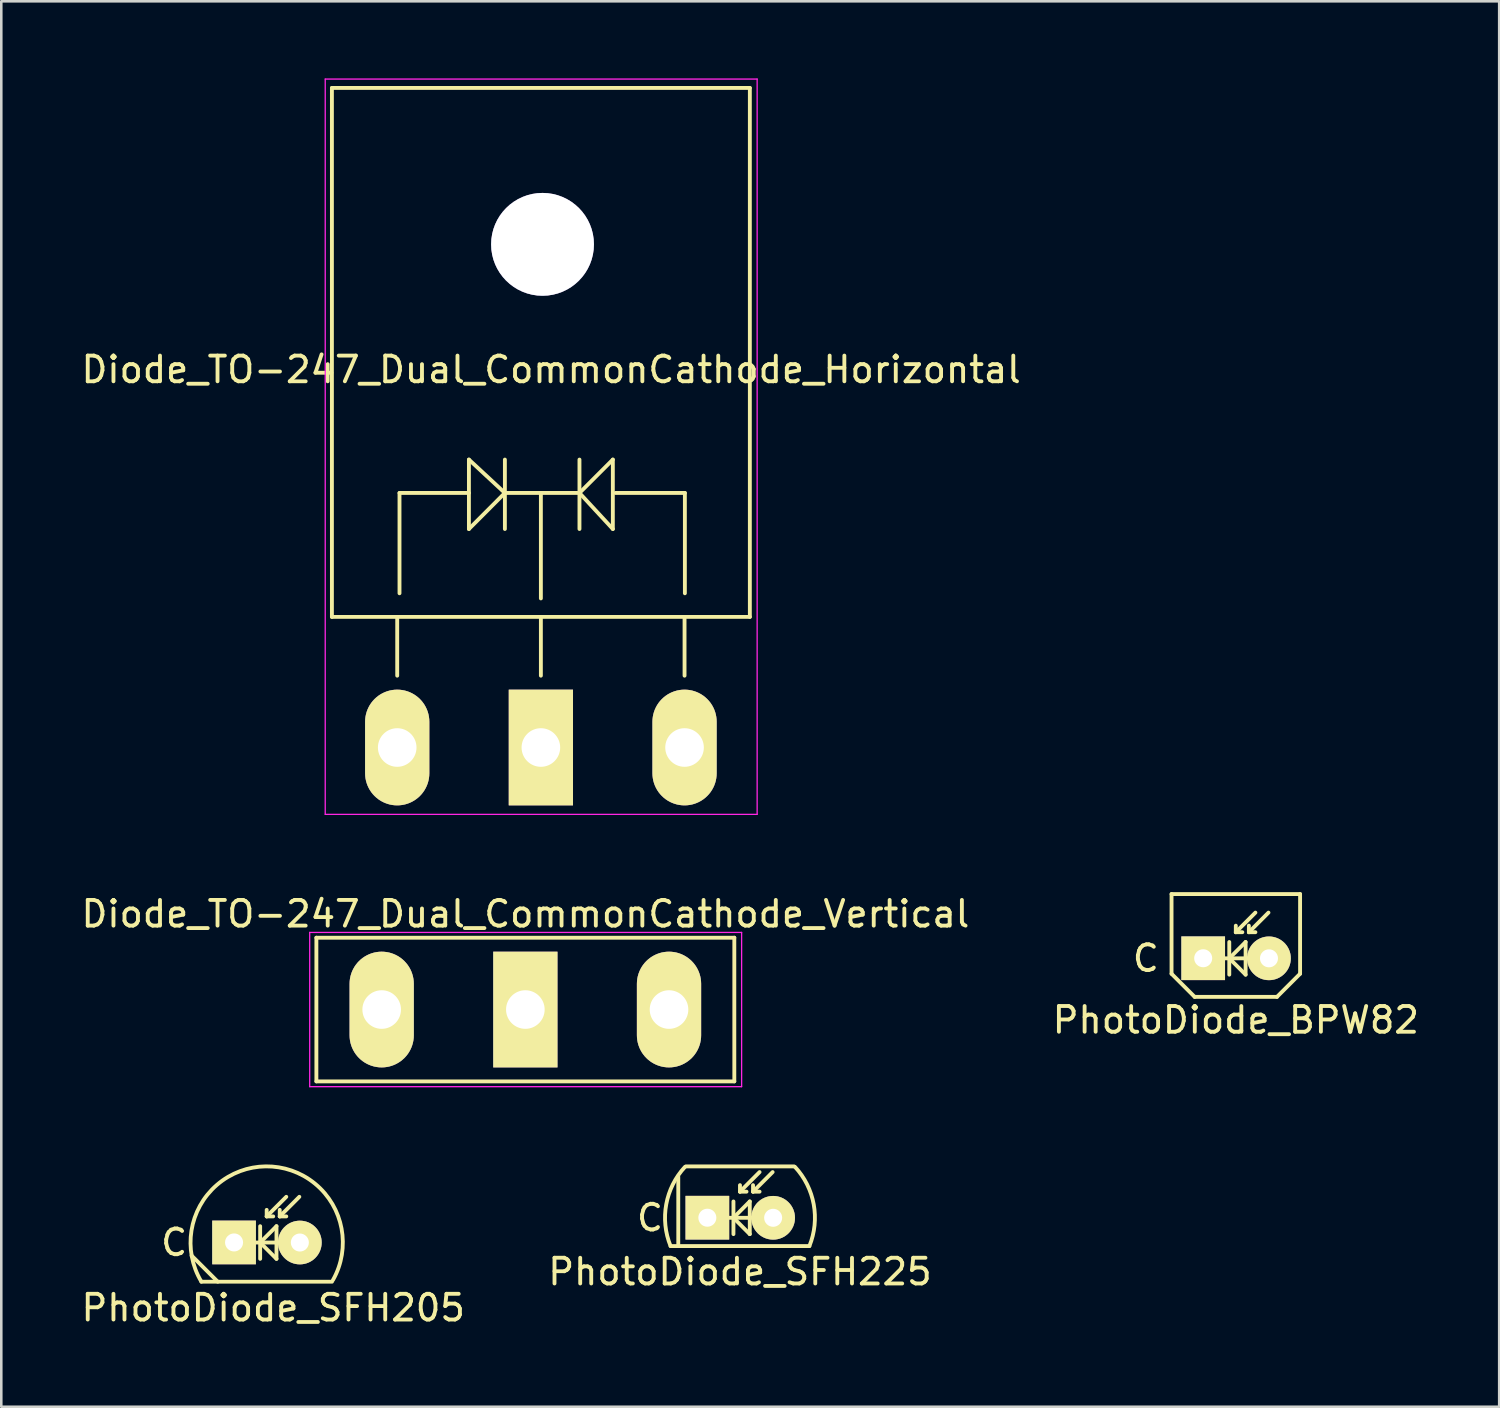
<source format=kicad_pcb>
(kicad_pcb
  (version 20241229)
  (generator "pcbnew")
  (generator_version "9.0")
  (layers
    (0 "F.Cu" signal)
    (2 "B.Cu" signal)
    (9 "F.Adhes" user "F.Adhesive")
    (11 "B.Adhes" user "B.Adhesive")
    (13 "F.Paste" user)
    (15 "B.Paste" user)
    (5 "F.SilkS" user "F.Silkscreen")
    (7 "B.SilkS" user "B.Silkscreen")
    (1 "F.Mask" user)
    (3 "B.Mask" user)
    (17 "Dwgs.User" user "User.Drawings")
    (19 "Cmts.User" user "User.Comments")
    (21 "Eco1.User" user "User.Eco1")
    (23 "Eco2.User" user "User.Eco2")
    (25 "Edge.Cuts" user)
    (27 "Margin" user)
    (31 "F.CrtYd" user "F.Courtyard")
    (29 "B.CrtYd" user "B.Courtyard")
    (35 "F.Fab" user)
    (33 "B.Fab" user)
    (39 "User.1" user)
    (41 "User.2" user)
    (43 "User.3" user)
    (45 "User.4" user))
  (footprint "Diode_TO-247_Dual_CommonCathode_Horizontal"
    (layer "F.Cu")
    (at 12.4 26.025)
    (property "Reference" "Diode_TO-247_Dual_CommonCathode_Horizontal" (at 5.987 -14.699 0) (layer "F.SilkS") (effects (font (size 1 1) (thickness 0.15))))
    (attr through_hole)
    (fp_line (start -2.54 -25.654) (end 13.716 -25.654) (stroke (width 0.15) (type solid)) (layer "F.SilkS"))
    (fp_line (start -2.54 -5.08) (end -2.54 -25.654) (stroke (width 0.15) (type solid)) (layer "F.SilkS"))
    (fp_line (start 0 -2.794) (end 0 -5.08) (stroke (width 0.15) (type solid)) (layer "F.SilkS"))
    (fp_line (start 0.089 -9.901) (end 0.089 -5.999) (stroke (width 0.15) (type solid)) (layer "F.SilkS"))
    (fp_line (start 2.789 -11.199) (end 2.789 -8.499) (stroke (width 0.15) (type solid)) (layer "F.SilkS"))
    (fp_line (start 2.789 -9.901) (end 0.089 -9.901) (stroke (width 0.15) (type solid)) (layer "F.SilkS"))
    (fp_line (start 2.789 -8.499) (end 4.188 -9.901) (stroke (width 0.15) (type solid)) (layer "F.SilkS"))
    (fp_line (start 4.188 -11.199) (end 4.188 -8.499) (stroke (width 0.15) (type solid)) (layer "F.SilkS"))
    (fp_line (start 4.188 -9.901) (end 2.789 -11.199) (stroke (width 0.15) (type solid)) (layer "F.SilkS"))
    (fp_line (start 5.588 -9.901) (end 5.588 -5.799) (stroke (width 0.15) (type solid)) (layer "F.SilkS"))
    (fp_line (start 5.588 -2.794) (end 5.588 -5.08) (stroke (width 0.15) (type solid)) (layer "F.SilkS"))
    (fp_line (start 7.089 -11.199) (end 7.089 -8.499) (stroke (width 0.15) (type solid)) (layer "F.SilkS"))
    (fp_line (start 7.089 -9.901) (end 4.188 -9.901) (stroke (width 0.15) (type solid)) (layer "F.SilkS"))
    (fp_line (start 7.089 -9.901) (end 8.387 -11.199) (stroke (width 0.15) (type solid)) (layer "F.SilkS"))
    (fp_line (start 8.387 -11.199) (end 8.387 -8.499) (stroke (width 0.15) (type solid)) (layer "F.SilkS"))
    (fp_line (start 8.387 -8.499) (end 7.089 -9.901) (stroke (width 0.15) (type solid)) (layer "F.SilkS"))
    (fp_line (start 8.489 -9.901) (end 11.189 -9.901) (stroke (width 0.15) (type solid)) (layer "F.SilkS"))
    (fp_line (start 11.176 -2.794) (end 11.176 -5.08) (stroke (width 0.15) (type solid)) (layer "F.SilkS"))
    (fp_line (start 11.189 -9.901) (end 11.189 -5.999) (stroke (width 0.15) (type solid)) (layer "F.SilkS"))
    (fp_line (start 13.716 -25.654) (end 13.716 -5.08) (stroke (width 0.15) (type solid)) (layer "F.SilkS"))
    (fp_line (start 13.716 -5.08) (end -2.54 -5.08) (stroke (width 0.15) (type solid)) (layer "F.SilkS"))
    (fp_circle (center 5.588 -19.558) (end 7.366 -19.558) (stroke (width 0.15) (type solid)) (fill no) (layer "F.SilkS"))
    (fp_line (start -2.8 -26) (end -2.8 2.6) (stroke (width 0.05) (type solid)) (layer "F.CrtYd"))
    (fp_line (start -2.8 2.6) (end 14 2.6) (stroke (width 0.05) (type solid)) (layer "F.CrtYd"))
    (fp_line (start 14 -26) (end -2.8 -26) (stroke (width 0.05) (type solid)) (layer "F.CrtYd"))
    (fp_line (start 14 2.6) (end 14 -26) (stroke (width 0.05) (type solid)) (layer "F.CrtYd"))
    (pad "1" thru_hole oval (at 0 0 90) (size 4.501 2.499) (drill 1.501) (layers "*.Cu" "*.Mask" "F.SilkS"))
    (pad "2" thru_hole rect (at 5.588 0 90) (size 4.501 2.499) (drill 1.501) (layers "*.Cu" "*.Mask" "F.SilkS"))
    (pad "3" thru_hole oval (at 11.176 0 90) (size 4.501 2.499) (drill 1.501) (layers "*.Cu" "*.Mask" "F.SilkS"))
    (pad "9" thru_hole circle (at 5.652 -19.571) (size 4 4) (drill 4) (layers "B.Cu")))
  (footprint "PhotoDiode_SFH225"
    (layer "F.Cu")
    (at 25.732 44.317)
    (property "Reference" "PhotoDiode_SFH225" (at 0 2.1 0) (layer "F.SilkS") (effects (font (size 1 1) (thickness 0.15))))
    (attr through_hole)
    (fp_line (start -2.4 -1.6) (end -2.4 1.1) (stroke (width 0.15) (type solid)) (layer "F.SilkS"))
    (fp_line (start -2.1 -2) (end 2.1 -2) (stroke (width 0.15) (type solid)) (layer "F.SilkS"))
    (fp_line (start -1.27 0) (end 1.27 0) (stroke (width 0.15) (type solid)) (layer "F.SilkS"))
    (fp_line (start -0.254 -0.635) (end -0.254 0.635) (stroke (width 0.15) (type solid)) (layer "F.SilkS"))
    (fp_line (start -0.254 0) (end 0.381 -0.635) (stroke (width 0.15) (type solid)) (layer "F.SilkS"))
    (fp_line (start 0 -1.016) (end 0 -1.27) (stroke (width 0.15) (type solid)) (layer "F.SilkS"))
    (fp_line (start 0 -1.016) (end 0.254 -1.016) (stroke (width 0.15) (type solid)) (layer "F.SilkS"))
    (fp_line (start 0.381 -0.635) (end 0.381 0.635) (stroke (width 0.15) (type solid)) (layer "F.SilkS"))
    (fp_line (start 0.381 0.635) (end -0.254 0) (stroke (width 0.15) (type solid)) (layer "F.SilkS"))
    (fp_line (start 0.508 -1.016) (end 0.508 -1.27) (stroke (width 0.15) (type solid)) (layer "F.SilkS"))
    (fp_line (start 0.508 -1.016) (end 0.762 -1.016) (stroke (width 0.15) (type solid)) (layer "F.SilkS"))
    (fp_line (start 0.762 -1.778) (end 0 -1.016) (stroke (width 0.15) (type solid)) (layer "F.SilkS"))
    (fp_line (start 1.27 -1.778) (end 0.508 -1.016) (stroke (width 0.15) (type solid)) (layer "F.SilkS"))
    (fp_line (start 2.7 1.1) (end -2.7 1.1) (stroke (width 0.15) (type solid)) (layer "F.SilkS"))
    (fp_arc (start -2.7 1.1) (mid -2.868186 -0.522978) (end -2.138008 -1.982151) (stroke (width 0.15) (type solid)) (layer "F.SilkS"))
    (fp_arc (start 2.138008 -1.982151) (mid 2.868187 -0.522978) (end 2.7 1.1) (stroke (width 0.15) (type solid)) (layer "F.SilkS"))
    (fp_text user "C" (at -3.5 0 0) (layer "F.SilkS") (effects (font (size 1 1) (thickness 0.15))))
    (pad "1" thru_hole rect (at -1.269 -0.003 180) (size 1.699 1.699) (drill 0.701) (layers "*.Cu" "*.Mask" "F.SilkS"))
    (pad "2" thru_hole circle (at 1.29 0 180) (size 1.699 1.699) (drill 0.701) (layers "*.Cu" "*.Mask" "F.SilkS")))
  (footprint "PhotoDiode_BPW82"
    (layer "F.Cu")
    (at 45.018 34.225)
    (property "Reference" "PhotoDiode_BPW82" (at 0 2.4 0) (layer "F.SilkS") (effects (font (size 1 1) (thickness 0.15))))
    (attr through_hole)
    (fp_line (start -2.5 -2.5) (end -2.5 0.6) (stroke (width 0.15) (type solid)) (layer "F.SilkS"))
    (fp_line (start -2.5 -2.5) (end 2.5 -2.5) (stroke (width 0.15) (type solid)) (layer "F.SilkS"))
    (fp_line (start -2.5 0.6) (end -1.6 1.5) (stroke (width 0.15) (type solid)) (layer "F.SilkS"))
    (fp_line (start -1.6 1.5) (end 1.6 1.5) (stroke (width 0.15) (type solid)) (layer "F.SilkS"))
    (fp_line (start -1.27 0) (end 1.27 0) (stroke (width 0.15) (type solid)) (layer "F.SilkS"))
    (fp_line (start -0.254 -0.635) (end -0.254 0.635) (stroke (width 0.15) (type solid)) (layer "F.SilkS"))
    (fp_line (start -0.254 0) (end 0.381 -0.635) (stroke (width 0.15) (type solid)) (layer "F.SilkS"))
    (fp_line (start 0 -1.016) (end 0 -1.27) (stroke (width 0.15) (type solid)) (layer "F.SilkS"))
    (fp_line (start 0 -1.016) (end 0.254 -1.016) (stroke (width 0.15) (type solid)) (layer "F.SilkS"))
    (fp_line (start 0.381 -0.635) (end 0.381 0.635) (stroke (width 0.15) (type solid)) (layer "F.SilkS"))
    (fp_line (start 0.381 0.635) (end -0.254 0) (stroke (width 0.15) (type solid)) (layer "F.SilkS"))
    (fp_line (start 0.508 -1.016) (end 0.508 -1.27) (stroke (width 0.15) (type solid)) (layer "F.SilkS"))
    (fp_line (start 0.508 -1.016) (end 0.762 -1.016) (stroke (width 0.15) (type solid)) (layer "F.SilkS"))
    (fp_line (start 0.762 -1.778) (end 0 -1.016) (stroke (width 0.15) (type solid)) (layer "F.SilkS"))
    (fp_line (start 1.27 -1.778) (end 0.508 -1.016) (stroke (width 0.15) (type solid)) (layer "F.SilkS"))
    (fp_line (start 2.5 -2.5) (end 2.5 0.6) (stroke (width 0.15) (type solid)) (layer "F.SilkS"))
    (fp_line (start 2.5 0.6) (end 1.6 1.5) (stroke (width 0.15) (type solid)) (layer "F.SilkS"))
    (fp_text user "C" (at -3.5 0 0) (layer "F.SilkS") (effects (font (size 1 1) (thickness 0.15))))
    (pad "1" thru_hole rect (at -1.269 -0.003 180) (size 1.699 1.699) (drill 0.701) (layers "*.Cu" "*.Mask" "F.SilkS"))
    (pad "2" thru_hole circle (at 1.29 0 180) (size 1.699 1.699) (drill 0.701) (layers "*.Cu" "*.Mask" "F.SilkS")))
  (footprint "PhotoDiode_SFH205"
    (layer "F.Cu")
    (at 7.323 45.279)
    (property "Reference" "PhotoDiode_SFH205" (at 0.254 2.54 0) (layer "F.SilkS") (effects (font (size 1 1) (thickness 0.15))))
    (attr through_hole)
    (fp_line (start -2.921 0.508) (end -1.905 1.524) (stroke (width 0.15) (type solid)) (layer "F.SilkS"))
    (fp_line (start -2.54 1.524) (end 2.54 1.524) (stroke (width 0.15) (type solid)) (layer "F.SilkS"))
    (fp_line (start -1.27 0) (end 1.27 0) (stroke (width 0.15) (type solid)) (layer "F.SilkS"))
    (fp_line (start -0.254 -0.635) (end -0.254 0.635) (stroke (width 0.15) (type solid)) (layer "F.SilkS"))
    (fp_line (start -0.254 0) (end 0.381 -0.635) (stroke (width 0.15) (type solid)) (layer "F.SilkS"))
    (fp_line (start 0 -1.016) (end 0 -1.27) (stroke (width 0.15) (type solid)) (layer "F.SilkS"))
    (fp_line (start 0 -1.016) (end 0.254 -1.016) (stroke (width 0.15) (type solid)) (layer "F.SilkS"))
    (fp_line (start 0.381 -0.635) (end 0.381 0.635) (stroke (width 0.15) (type solid)) (layer "F.SilkS"))
    (fp_line (start 0.381 0.635) (end -0.254 0) (stroke (width 0.15) (type solid)) (layer "F.SilkS"))
    (fp_line (start 0.508 -1.016) (end 0.508 -1.27) (stroke (width 0.15) (type solid)) (layer "F.SilkS"))
    (fp_line (start 0.508 -1.016) (end 0.762 -1.016) (stroke (width 0.15) (type solid)) (layer "F.SilkS"))
    (fp_line (start 0.762 -1.778) (end 0 -1.016) (stroke (width 0.15) (type solid)) (layer "F.SilkS"))
    (fp_line (start 1.27 -1.778) (end 0.508 -1.016) (stroke (width 0.15) (type solid)) (layer "F.SilkS"))
    (fp_arc (start -2.54 1.524) (mid -0.036899 -2.961894) (end 2.577178 1.46025) (stroke (width 0.15) (type solid)) (layer "F.SilkS"))
    (fp_text user "C" (at -3.6 0 0) (layer "F.SilkS") (effects (font (size 1 1) (thickness 0.15))))
    (pad "1" thru_hole rect (at -1.269 -0.003 180) (size 1.699 1.699) (drill 0.701) (layers "*.Cu" "*.Mask" "F.SilkS"))
    (pad "2" thru_hole circle (at 1.29 0 180) (size 1.699 1.699) (drill 0.701) (layers "*.Cu" "*.Mask" "F.SilkS")))
  (footprint "Diode_TO-247_Dual_CommonCathode_Vertical"
    (layer "F.Cu")
    (at 11.796 36.217)
    (property "Reference" "Diode_TO-247_Dual_CommonCathode_Vertical" (at 5.591 -3.719 0) (layer "F.SilkS") (effects (font (size 1 1) (thickness 0.15))))
    (attr through_hole)
    (fp_line (start -2.54 -2.794) (end -2.54 2.794) (stroke (width 0.15) (type solid)) (layer "F.SilkS"))
    (fp_line (start -2.54 2.794) (end 13.716 2.794) (stroke (width 0.15) (type solid)) (layer "F.SilkS"))
    (fp_line (start 13.716 -2.794) (end -2.54 -2.794) (stroke (width 0.15) (type solid)) (layer "F.SilkS"))
    (fp_line (start 13.716 2.794) (end 13.716 -2.794) (stroke (width 0.15) (type solid)) (layer "F.SilkS"))
    (fp_line (start -2.8 -3) (end 14 -3) (stroke (width 0.05) (type solid)) (layer "F.CrtYd"))
    (fp_line (start -2.8 3) (end -2.8 -3) (stroke (width 0.05) (type solid)) (layer "F.CrtYd"))
    (fp_line (start 14 -3) (end 14 3) (stroke (width 0.05) (type solid)) (layer "F.CrtYd"))
    (fp_line (start 14 3) (end -2.8 3) (stroke (width 0.05) (type solid)) (layer "F.CrtYd"))
    (pad "1" thru_hole oval (at 0 0 90) (size 4.501 2.499) (drill 1.501) (layers "*.Cu" "*.Mask" "F.SilkS"))
    (pad "2" thru_hole rect (at 5.588 0 90) (size 4.501 2.499) (drill 1.501) (layers "*.Cu" "*.Mask" "F.SilkS"))
    (pad "3" thru_hole oval (at 11.176 0 90) (size 4.501 2.499) (drill 1.501) (layers "*.Cu" "*.Mask" "F.SilkS")))
  (gr_rect
    (start -3 -3)
    (end 55.262 51.667)
    (stroke (width 0.1) (type default))
    (fill no)
    (layer "Edge.Cuts")))
</source>
